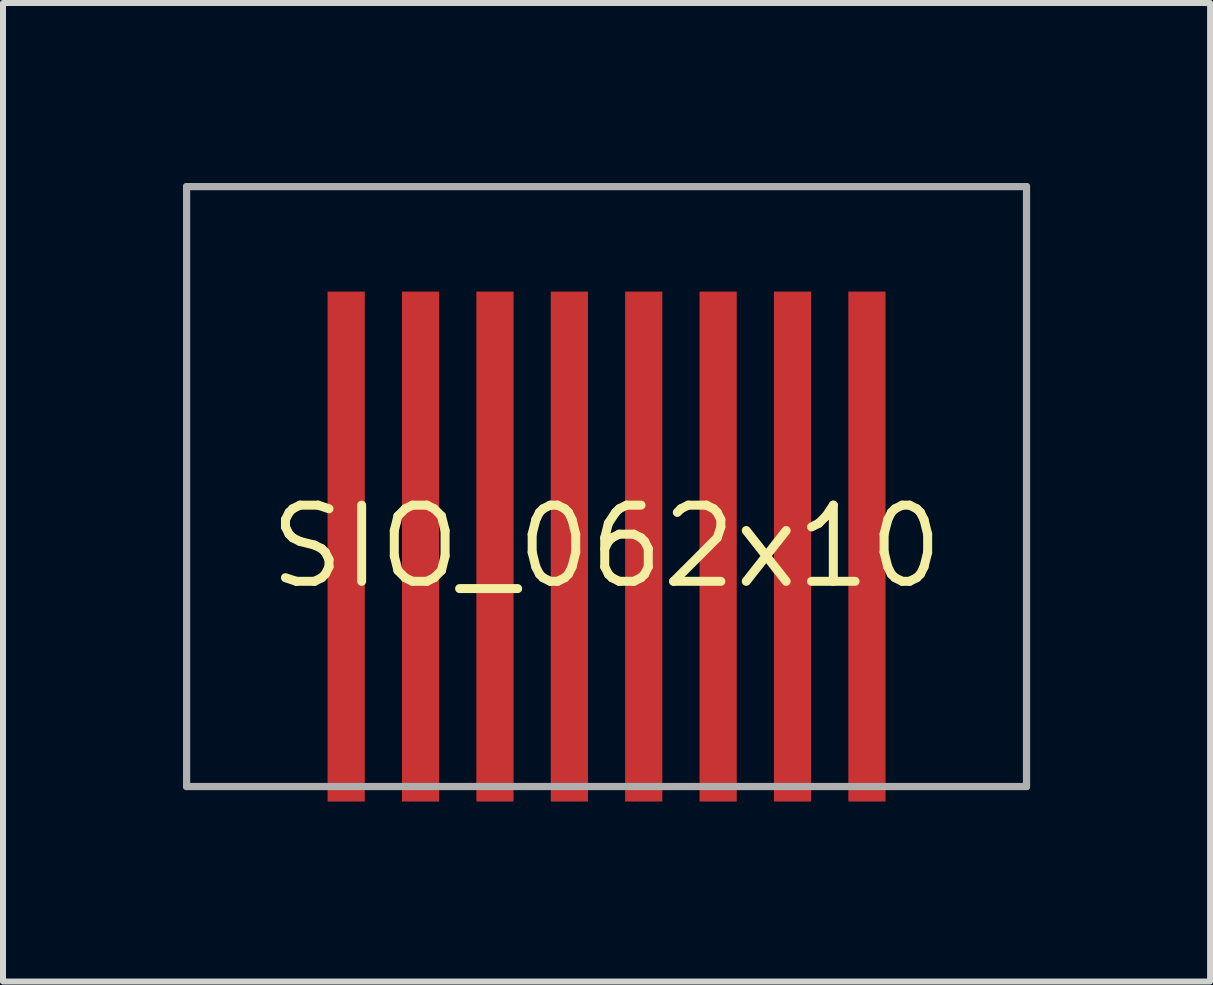
<source format=kicad_pcb>
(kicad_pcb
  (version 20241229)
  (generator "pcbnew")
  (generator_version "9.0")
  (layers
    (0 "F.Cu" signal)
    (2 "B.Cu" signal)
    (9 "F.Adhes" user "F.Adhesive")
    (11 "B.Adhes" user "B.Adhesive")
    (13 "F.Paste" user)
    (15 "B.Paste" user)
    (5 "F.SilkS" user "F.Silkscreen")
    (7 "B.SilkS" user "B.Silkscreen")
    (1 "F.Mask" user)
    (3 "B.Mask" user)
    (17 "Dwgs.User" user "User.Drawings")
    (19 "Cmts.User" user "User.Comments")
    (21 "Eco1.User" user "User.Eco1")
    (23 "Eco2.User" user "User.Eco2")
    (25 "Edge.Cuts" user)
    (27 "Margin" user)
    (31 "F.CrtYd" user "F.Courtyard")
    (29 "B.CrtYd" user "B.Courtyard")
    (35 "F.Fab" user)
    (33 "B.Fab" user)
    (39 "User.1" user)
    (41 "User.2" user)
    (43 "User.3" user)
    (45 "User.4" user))
  (footprint "SIO_062x10"
    (layer "F.Cu")
    (at 7.06 6.06)
    (property "Reference" "SIO_062x10" (at 0 0 0) (layer "F.SilkS") (effects (font (size 1.27 1.27) (thickness 0.15))))
    (fp_line (start -7 -6) (end 7 -6) (stroke (width 0.12) (type solid)) (layer "F.Fab"))
    (fp_line (start -7 4) (end -7 -6) (stroke (width 0.12) (type solid)) (layer "F.Fab"))
    (fp_line (start 7 -6) (end 7 4) (stroke (width 0.12) (type solid)) (layer "F.Fab"))
    (fp_line (start 7 4) (end -7 4) (stroke (width 0.12) (type solid)) (layer "F.Fab"))
    (pad "1" smd rect (at -4.34 0) (size 0.62 8.5) (layers "F.Cu" "F.Mask" "F.Paste"))
    (pad "2" smd rect (at -3.1 0) (size 0.62 8.5) (layers "F.Cu" "F.Mask" "F.Paste"))
    (pad "3" smd rect (at -1.86 0) (size 0.62 8.5) (layers "F.Cu" "F.Mask" "F.Paste"))
    (pad "4" smd rect (at -0.62 0) (size 0.62 8.5) (layers "F.Cu" "F.Mask" "F.Paste"))
    (pad "5" smd rect (at 0.62 0) (size 0.62 8.5) (layers "F.Cu" "F.Mask" "F.Paste"))
    (pad "6" smd rect (at 1.86 0) (size 0.62 8.5) (layers "F.Cu" "F.Mask" "F.Paste"))
    (pad "7" smd rect (at 3.1 0) (size 0.62 8.5) (layers "F.Cu" "F.Mask" "F.Paste"))
    (pad "8" smd rect (at 4.34 0) (size 0.62 8.5) (layers "F.Cu" "F.Mask" "F.Paste")))
  (gr_rect
    (start -3 -3)
    (end 17.12 13.31)
    (stroke (width 0.1) (type default))
    (fill no)
    (layer "Edge.Cuts")))
</source>
